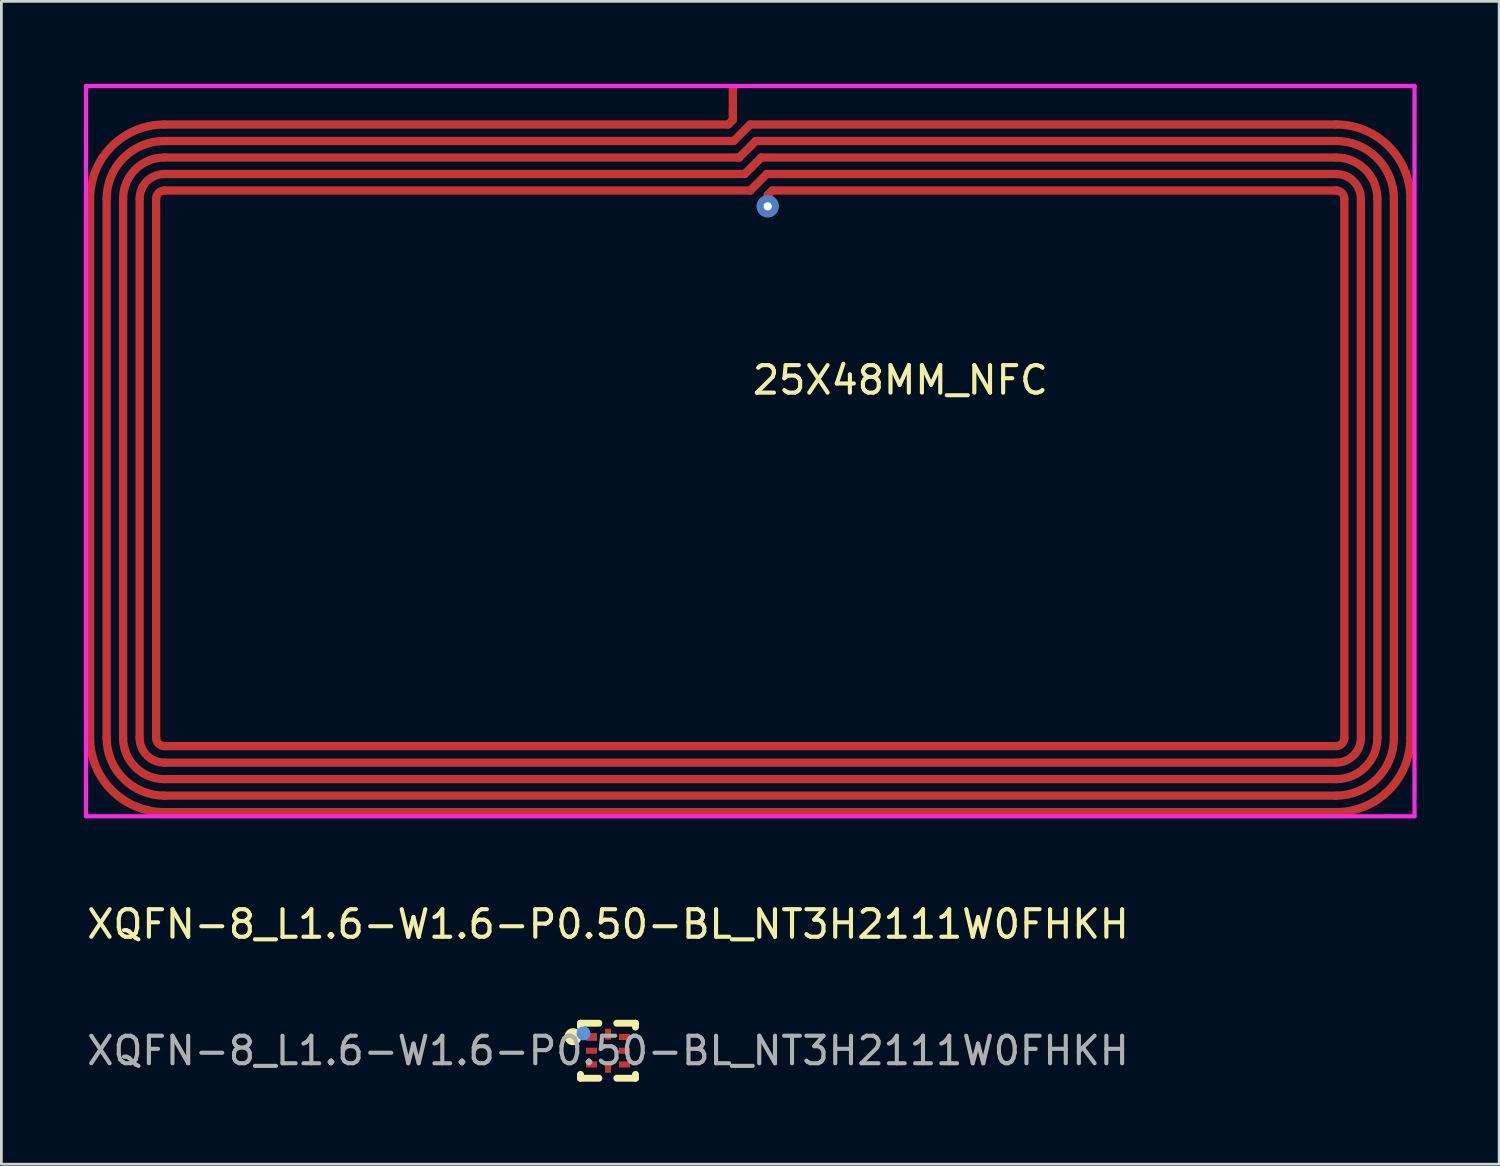
<source format=kicad_pcb>
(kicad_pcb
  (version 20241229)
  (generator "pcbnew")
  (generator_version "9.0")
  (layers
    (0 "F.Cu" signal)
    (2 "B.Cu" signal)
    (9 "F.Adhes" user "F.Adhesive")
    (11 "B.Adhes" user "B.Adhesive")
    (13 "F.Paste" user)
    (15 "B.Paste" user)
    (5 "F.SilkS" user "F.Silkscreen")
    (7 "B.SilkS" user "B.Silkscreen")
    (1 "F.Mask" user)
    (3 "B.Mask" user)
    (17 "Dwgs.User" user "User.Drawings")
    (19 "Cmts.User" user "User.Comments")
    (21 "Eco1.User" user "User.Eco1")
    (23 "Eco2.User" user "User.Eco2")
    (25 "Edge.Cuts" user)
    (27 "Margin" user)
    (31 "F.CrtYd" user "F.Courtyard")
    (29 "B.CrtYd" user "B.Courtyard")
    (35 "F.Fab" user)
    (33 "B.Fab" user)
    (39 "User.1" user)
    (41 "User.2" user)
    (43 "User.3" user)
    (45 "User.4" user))
  (footprint "25X48MM_NFC"
    (layer "F.Cu")
    (at 24.226 13.976)
    (property "Reference" "25X48MM_NFC" (at 0 -3.207 0) (layer "F.SilkS") (effects (font (size 1 1) (thickness 0.15)) (justify left)))
    (attr through_hole)
    (fp_line (start -24 -9.8) (end -24 9.8) (stroke (width 0.3) (type solid)) (layer "F.Cu"))
    (fp_line (start -23.4 -9.8) (end -23.4 9.8) (stroke (width 0.3) (type solid)) (layer "F.Cu"))
    (fp_line (start -22.8 -9.8) (end -22.8 9.8) (stroke (width 0.3) (type solid)) (layer "F.Cu"))
    (fp_line (start -22.2 -9.8) (end -22.2 9.8) (stroke (width 0.3) (type solid)) (layer "F.Cu"))
    (fp_line (start -21.6 -9.8) (end -21.6 9.8) (stroke (width 0.3) (type solid)) (layer "F.Cu"))
    (fp_line (start -21.3 -11.9) (end -0.6 -11.9) (stroke (width 0.3) (type solid)) (layer "F.Cu"))
    (fp_line (start -21.3 -11.3) (end -0.4 -11.3) (stroke (width 0.3) (type solid)) (layer "F.Cu"))
    (fp_line (start -21.3 -10.7) (end -0.2 -10.7) (stroke (width 0.3) (type solid)) (layer "F.Cu"))
    (fp_line (start -21.3 -10.1) (end 0 -10.1) (stroke (width 0.3) (type solid)) (layer "F.Cu"))
    (fp_line (start -21.3 10.1) (end 21.3 10.1) (stroke (width 0.3) (type solid)) (layer "F.Cu"))
    (fp_line (start -21.3 10.7) (end 21.3 10.7) (stroke (width 0.3) (type solid)) (layer "F.Cu"))
    (fp_line (start -21.3 11.3) (end 21.3 11.3) (stroke (width 0.3) (type solid)) (layer "F.Cu"))
    (fp_line (start -21.3 11.9) (end 21.3 11.9) (stroke (width 0.3) (type solid)) (layer "F.Cu"))
    (fp_line (start -21.3 12.5) (end 21.3 12.5) (stroke (width 0.3) (type solid)) (layer "F.Cu"))
    (fp_line (start -0.8 -12.5) (end -21.3 -12.5) (stroke (width 0.3) (type solid)) (layer "F.Cu"))
    (fp_line (start -0.635 -12.96) (end -0.635 -12.665) (stroke (width 0.3) (type solid)) (layer "F.Cu"))
    (fp_line (start -0.635 -12.665) (end -0.8 -12.5) (stroke (width 0.3) (type solid)) (layer "F.Cu"))
    (fp_line (start -0.6 -11.9) (end 0 -12.5) (stroke (width 0.3) (type solid)) (layer "F.Cu"))
    (fp_line (start -0.4 -11.3) (end 0.2 -11.9) (stroke (width 0.3) (type solid)) (layer "F.Cu"))
    (fp_line (start -0.2 -10.7) (end 0.4 -11.3) (stroke (width 0.3) (type solid)) (layer "F.Cu"))
    (fp_line (start 0 -12.5) (end 21.3 -12.5) (stroke (width 0.3) (type solid)) (layer "F.Cu"))
    (fp_line (start 0 -10.1) (end 0.6 -10.7) (stroke (width 0.3) (type solid)) (layer "F.Cu"))
    (fp_line (start 0.2 -11.9) (end 21.3 -11.9) (stroke (width 0.3) (type solid)) (layer "F.Cu"))
    (fp_line (start 0.4 -11.3) (end 21.3 -11.3) (stroke (width 0.3) (type solid)) (layer "F.Cu"))
    (fp_line (start 0.635 -9.935) (end 0.8 -10.1) (stroke (width 0.3) (type solid)) (layer "F.Cu"))
    (fp_line (start 0.635 -9.525) (end 0.635 -9.935) (stroke (width 0.3) (type solid)) (layer "F.Cu"))
    (fp_line (start 21.3 -10.7) (end 0.6 -10.7) (stroke (width 0.3) (type solid)) (layer "F.Cu"))
    (fp_line (start 21.3 -10.1) (end 0.8 -10.1) (stroke (width 0.3) (type solid)) (layer "F.Cu"))
    (fp_line (start 21.6 -9.8) (end 21.6 9.8) (stroke (width 0.3) (type solid)) (layer "F.Cu"))
    (fp_line (start 22.2 -9.8) (end 22.2 9.8) (stroke (width 0.3) (type solid)) (layer "F.Cu"))
    (fp_line (start 22.8 -9.8) (end 22.8 9.8) (stroke (width 0.3) (type solid)) (layer "F.Cu"))
    (fp_line (start 23.4 -9.8) (end 23.4 9.8) (stroke (width 0.3) (type solid)) (layer "F.Cu"))
    (fp_line (start 24 -9.8) (end 24 9.8) (stroke (width 0.3) (type solid)) (layer "F.Cu"))
    (fp_arc (start -24 -9.8) (mid -23.209188 -11.709188) (end -21.3 -12.5) (stroke (width 0.3) (type solid)) (layer "F.Cu"))
    (fp_arc (start -23.4 -9.8) (mid -22.785014 -11.284834) (end -21.300254 -11.9) (stroke (width 0.3) (type solid)) (layer "F.Cu"))
    (fp_arc (start -22.8 -9.8) (mid -22.36057 -10.86075) (end -21.299746 -11.3) (stroke (width 0.3) (type solid)) (layer "F.Cu"))
    (fp_arc (start -22.2 -9.8) (mid -21.936396 -10.436396) (end -21.3 -10.7) (stroke (width 0.3) (type solid)) (layer "F.Cu"))
    (fp_arc (start -21.6 -9.8) (mid -21.512132 -10.012132) (end -21.3 -10.1) (stroke (width 0.3) (type solid)) (layer "F.Cu"))
    (fp_arc (start -21.300254 11.9) (mid -22.785014 11.284834) (end -23.4 9.8) (stroke (width 0.3) (type solid)) (layer "F.Cu"))
    (fp_arc (start -21.3 10.1) (mid -21.512132 10.012132) (end -21.6 9.8) (stroke (width 0.3) (type solid)) (layer "F.Cu"))
    (fp_arc (start -21.3 10.7) (mid -21.936396 10.436396) (end -22.2 9.8) (stroke (width 0.3) (type solid)) (layer "F.Cu"))
    (fp_arc (start -21.3 12.5) (mid -23.209188 11.709188) (end -24 9.8) (stroke (width 0.3) (type solid)) (layer "F.Cu"))
    (fp_arc (start -21.299746 11.3) (mid -22.36057 10.86075) (end -22.8 9.8) (stroke (width 0.3) (type solid)) (layer "F.Cu"))
    (fp_arc (start 21.299746 -11.3) (mid 22.36057 -10.86075) (end 22.8 -9.8) (stroke (width 0.3) (type solid)) (layer "F.Cu"))
    (fp_arc (start 21.3 -12.5) (mid 23.209188 -11.709188) (end 24 -9.8) (stroke (width 0.3) (type solid)) (layer "F.Cu"))
    (fp_arc (start 21.3 -10.7) (mid 21.936396 -10.436396) (end 22.2 -9.8) (stroke (width 0.3) (type solid)) (layer "F.Cu"))
    (fp_arc (start 21.3 -10.1) (mid 21.512132 -10.012132) (end 21.6 -9.8) (stroke (width 0.3) (type solid)) (layer "F.Cu"))
    (fp_arc (start 21.300254 -11.9) (mid 22.785014 -11.284834) (end 23.4 -9.8) (stroke (width 0.3) (type solid)) (layer "F.Cu"))
    (fp_arc (start 21.6 9.8) (mid 21.512132 10.012132) (end 21.3 10.1) (stroke (width 0.3) (type solid)) (layer "F.Cu"))
    (fp_arc (start 22.2 9.8) (mid 21.936396 10.436396) (end 21.3 10.7) (stroke (width 0.3) (type solid)) (layer "F.Cu"))
    (fp_arc (start 22.8 9.8) (mid 22.36057 10.86075) (end 21.299746 11.3) (stroke (width 0.3) (type solid)) (layer "F.Cu"))
    (fp_arc (start 23.4 9.8) (mid 22.785014 11.284834) (end 21.300254 11.9) (stroke (width 0.3) (type solid)) (layer "F.Cu"))
    (fp_arc (start 24 9.8) (mid 23.209188 11.709188) (end 21.3 12.5) (stroke (width 0.3) (type solid)) (layer "F.Cu"))
    (fp_line (start -24.15 -13.9) (end 24.15 -13.9) (stroke (width 0.152) (type solid)) (layer "F.CrtYd"))
    (fp_line (start -24.15 12.65) (end -24.15 -13.9) (stroke (width 0.152) (type solid)) (layer "F.CrtYd"))
    (fp_line (start 24.15 -13.9) (end 24.15 12.65) (stroke (width 0.152) (type solid)) (layer "F.CrtYd"))
    (fp_line (start 24.15 12.65) (end -24.15 12.65) (stroke (width 0.152) (type solid)) (layer "F.CrtYd"))
    (pad "1" smd rect (at -0.635 -13.43 90) (size 0.94 0.3) (layers "F.Cu" "F.Mask" "F.Paste"))
    (pad "2" thru_hole circle (at 0.635 -9.525) (size 0.808 0.808) (drill oval 0.3) (layers "*.Cu" "*.Mask")))
  (footprint "XQFN-8_L1.6-W1.6-P0.50-BL_NT3H2111W0FHKH"
    (layer "F.Cu")
    (at 19.054 35.15)
    (property "Reference" "XQFN-8_L1.6-W1.6-P0.50-BL_NT3H2111W0FHKH" (at 0 -4.6 0) (layer "F.SilkS") (effects (font (size 1 1) (thickness 0.15))))
    (attr smd)
    (fp_line (start -1 -1) (end -0.33 -1) (stroke (width 0.25) (type solid)) (layer "F.SilkS"))
    (fp_line (start -1 -0.86) (end -1 -1) (stroke (width 0.25) (type solid)) (layer "F.SilkS"))
    (fp_line (start -1 1) (end -1 0.86) (stroke (width 0.25) (type solid)) (layer "F.SilkS"))
    (fp_line (start -0.33 1) (end -1 1) (stroke (width 0.25) (type solid)) (layer "F.SilkS"))
    (fp_line (start 0.32 -1) (end 1 -1) (stroke (width 0.25) (type solid)) (layer "F.SilkS"))
    (fp_line (start 1 -1) (end 1 -0.86) (stroke (width 0.25) (type solid)) (layer "F.SilkS"))
    (fp_line (start 1 0.86) (end 1 1) (stroke (width 0.25) (type solid)) (layer "F.SilkS"))
    (fp_line (start 1 1) (end 0.32 1) (stroke (width 0.25) (type solid)) (layer "F.SilkS"))
    (fp_circle (center -1.27 -0.51) (end -1.21 -0.51) (stroke (width 0.25) (type solid)) (fill no) (layer "F.SilkS"))
    (fp_circle (center -0.89 -0.63) (end -0.76 -0.63) (stroke (width 0.25) (type solid)) (fill no) (layer "Cmts.User"))
    (fp_circle (center -0.8 -0.8) (end -0.77 -0.8) (stroke (width 0.06) (type solid)) (fill no) (layer "F.Fab"))
    (fp_text user "${REFERENCE}" (at 0 0 0) (layer "F.Fab") (effects (font (size 1 1) (thickness 0.15))))
    (pad "1" smd rect (at -0.6 -0.5) (size 0.4 0.28) (layers "F.Cu" "F.Mask" "F.Paste"))
    (pad "2" smd rect (at -0.6 0) (size 0.4 0.22) (layers "F.Cu" "F.Mask" "F.Paste"))
    (pad "3" smd rect (at -0.6 0.5) (size 0.4 0.22) (layers "F.Cu" "F.Mask" "F.Paste"))
    (pad "4" smd rect (at 0 0.6 90) (size 0.4 0.22) (layers "F.Cu" "F.Mask" "F.Paste"))
    (pad "5" smd rect (at 0.6 0.5) (size 0.4 0.22) (layers "F.Cu" "F.Mask" "F.Paste"))
    (pad "6" smd rect (at 0.6 0) (size 0.4 0.22) (layers "F.Cu" "F.Mask" "F.Paste"))
    (pad "7" smd rect (at 0.6 -0.5) (size 0.4 0.22) (layers "F.Cu" "F.Mask" "F.Paste"))
    (pad "8" smd rect (at 0 -0.6 90) (size 0.4 0.22) (layers "F.Cu" "F.Mask" "F.Paste")))
  (gr_rect
    (start -3 -3)
    (end 51.452 39.275)
    (stroke (width 0.1) (type default))
    (fill no)
    (layer "Edge.Cuts")))
</source>
